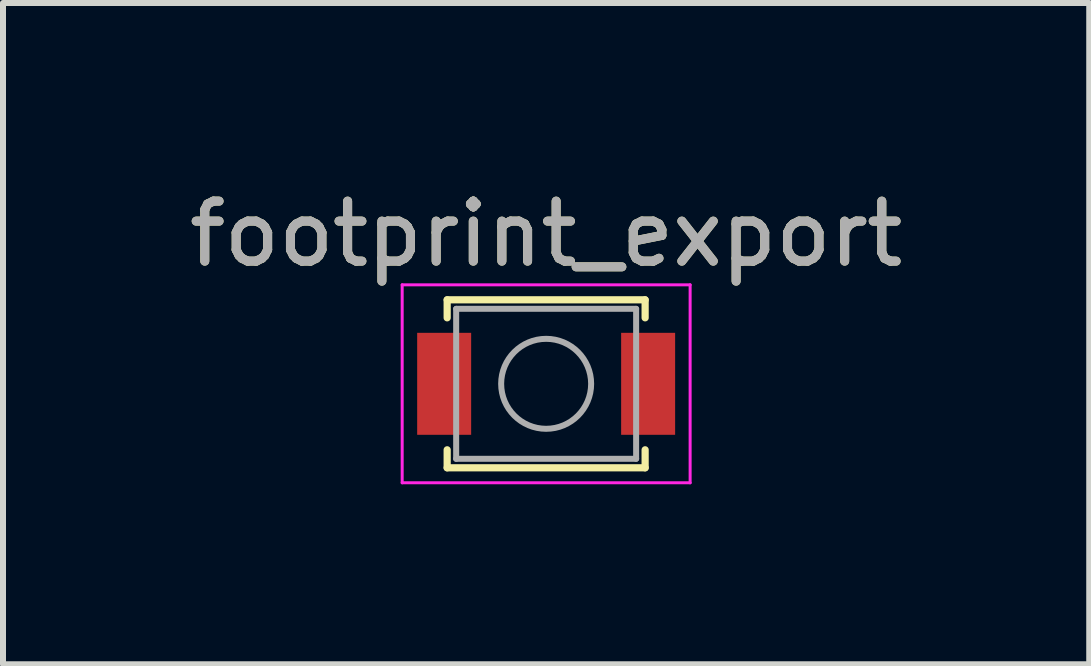
<source format=kicad_pcb>
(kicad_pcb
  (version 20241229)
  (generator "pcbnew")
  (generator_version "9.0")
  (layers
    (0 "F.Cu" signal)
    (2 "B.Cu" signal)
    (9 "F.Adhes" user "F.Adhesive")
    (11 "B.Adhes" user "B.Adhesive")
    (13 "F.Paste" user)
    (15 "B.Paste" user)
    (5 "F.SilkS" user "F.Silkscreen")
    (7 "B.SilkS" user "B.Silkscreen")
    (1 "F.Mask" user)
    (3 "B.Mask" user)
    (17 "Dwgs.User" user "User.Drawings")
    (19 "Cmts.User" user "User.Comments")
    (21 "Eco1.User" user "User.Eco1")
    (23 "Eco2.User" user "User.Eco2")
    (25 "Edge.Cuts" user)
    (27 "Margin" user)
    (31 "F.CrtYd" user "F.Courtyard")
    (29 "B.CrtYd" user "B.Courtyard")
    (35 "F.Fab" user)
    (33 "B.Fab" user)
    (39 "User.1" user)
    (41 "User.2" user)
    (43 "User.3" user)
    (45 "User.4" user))
  (footprint "footprint_export"
    (layer "F.Cu")
    (at 6.054 3.348)
    (property "Reference" "footprint_export" (at 0 -2.5 0) (layer "F.SilkS") (effects (font (size 1 1) (thickness 0.15))))
    (attr smd)
    (fp_line (start -1.65 -1.4) (end 1.65 -1.4) (stroke (width 0.12) (type solid)) (layer "F.SilkS"))
    (fp_line (start -1.65 -1.1) (end -1.65 -1.4) (stroke (width 0.12) (type solid)) (layer "F.SilkS"))
    (fp_line (start -1.65 1.1) (end -1.65 1.4) (stroke (width 0.12) (type solid)) (layer "F.SilkS"))
    (fp_line (start -1.65 1.4) (end 1.65 1.4) (stroke (width 0.12) (type solid)) (layer "F.SilkS"))
    (fp_line (start 1.65 -1.4) (end 1.65 -1.1) (stroke (width 0.12) (type solid)) (layer "F.SilkS"))
    (fp_line (start 1.65 1.4) (end 1.65 1.1) (stroke (width 0.12) (type solid)) (layer "F.SilkS"))
    (fp_line (start -2.4 -1.65) (end -2.4 1.65) (stroke (width 0.05) (type solid)) (layer "F.CrtYd"))
    (fp_line (start -2.4 1.65) (end 2.4 1.65) (stroke (width 0.05) (type solid)) (layer "F.CrtYd"))
    (fp_line (start 2.4 -1.65) (end -2.4 -1.65) (stroke (width 0.05) (type solid)) (layer "F.CrtYd"))
    (fp_line (start 2.4 1.65) (end 2.4 -1.65) (stroke (width 0.05) (type solid)) (layer "F.CrtYd"))
    (fp_line (start -1.5 -1.25) (end 1.5 -1.25) (stroke (width 0.1) (type solid)) (layer "F.Fab"))
    (fp_line (start -1.5 1.25) (end -1.5 -1.25) (stroke (width 0.1) (type solid)) (layer "F.Fab"))
    (fp_line (start 1.5 -1.25) (end 1.5 1.25) (stroke (width 0.1) (type solid)) (layer "F.Fab"))
    (fp_line (start 1.5 1.25) (end -1.5 1.25) (stroke (width 0.1) (type solid)) (layer "F.Fab"))
    (fp_circle (center 0 0) (end 0.75 0) (stroke (width 0.1) (type solid)) (fill no) (layer "F.Fab"))
    (fp_text user "${REFERENCE}" (at 0 -2.5 0) (layer "F.Fab") (effects (font (size 1 1) (thickness 0.15))))
    (pad "1" smd rect (at -1.7 0) (size 0.9 1.7) (layers "F.Cu" "F.Mask" "F.Paste"))
    (pad "2" smd rect (at 1.7 0) (size 0.9 1.7) (layers "F.Cu" "F.Mask" "F.Paste")))
  (gr_rect
    (start -3 -3)
    (end 15.107 8.023)
    (stroke (width 0.1) (type default))
    (fill no)
    (layer "Edge.Cuts")))
</source>
